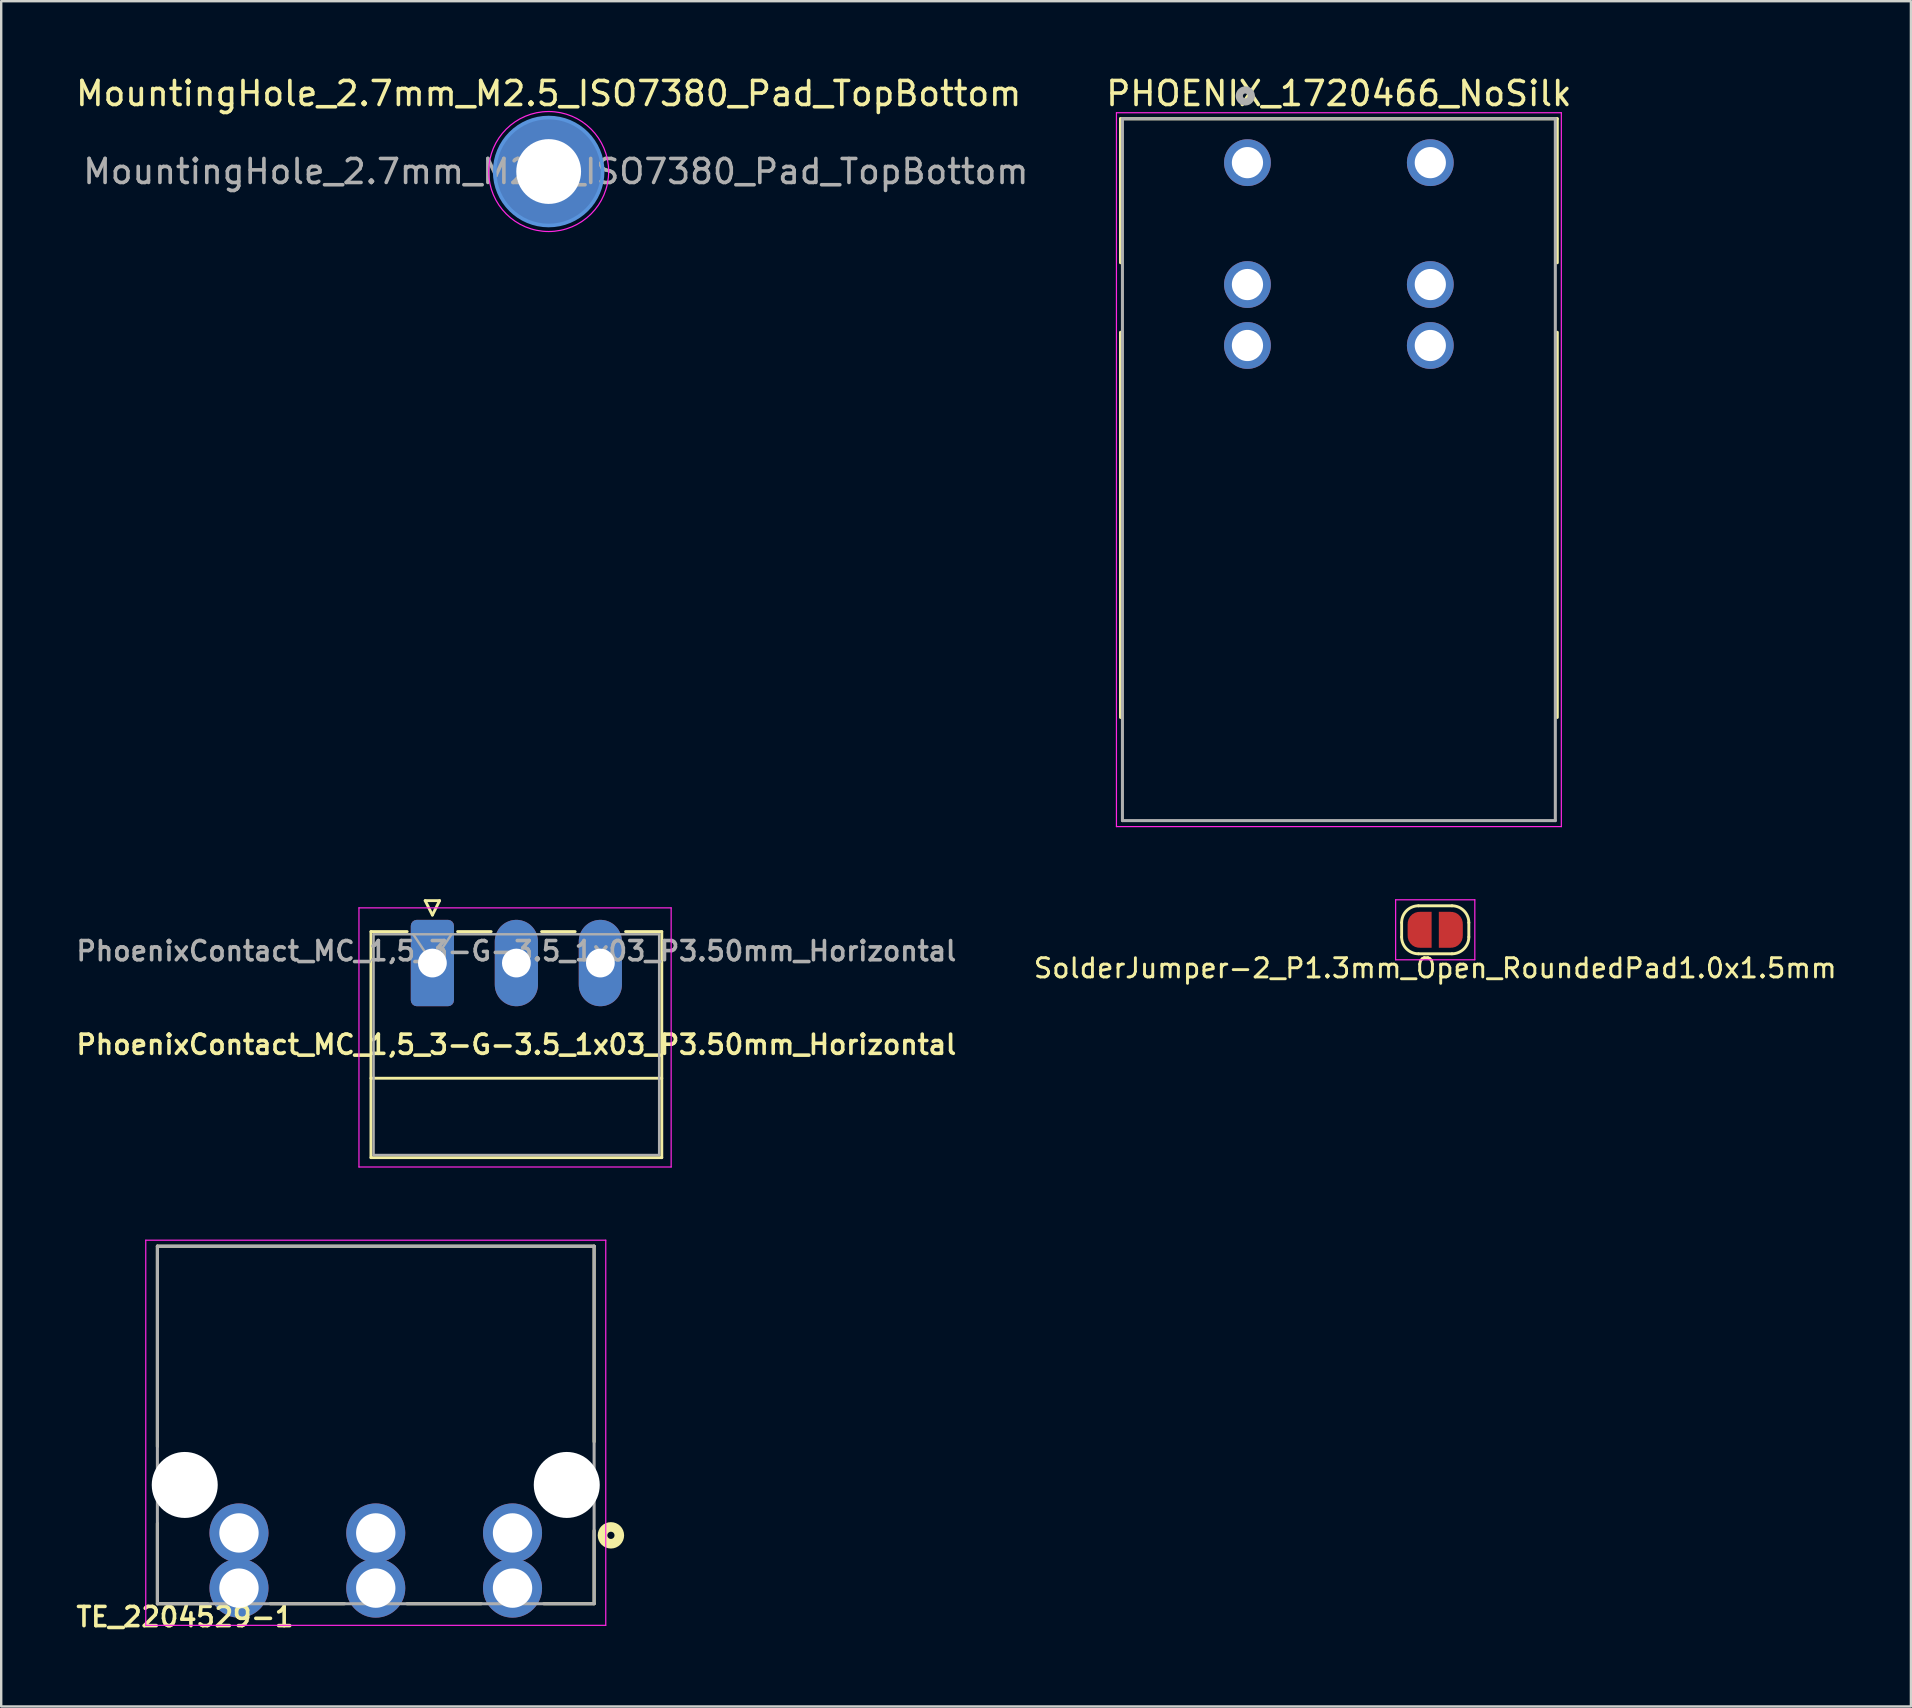
<source format=kicad_pcb>
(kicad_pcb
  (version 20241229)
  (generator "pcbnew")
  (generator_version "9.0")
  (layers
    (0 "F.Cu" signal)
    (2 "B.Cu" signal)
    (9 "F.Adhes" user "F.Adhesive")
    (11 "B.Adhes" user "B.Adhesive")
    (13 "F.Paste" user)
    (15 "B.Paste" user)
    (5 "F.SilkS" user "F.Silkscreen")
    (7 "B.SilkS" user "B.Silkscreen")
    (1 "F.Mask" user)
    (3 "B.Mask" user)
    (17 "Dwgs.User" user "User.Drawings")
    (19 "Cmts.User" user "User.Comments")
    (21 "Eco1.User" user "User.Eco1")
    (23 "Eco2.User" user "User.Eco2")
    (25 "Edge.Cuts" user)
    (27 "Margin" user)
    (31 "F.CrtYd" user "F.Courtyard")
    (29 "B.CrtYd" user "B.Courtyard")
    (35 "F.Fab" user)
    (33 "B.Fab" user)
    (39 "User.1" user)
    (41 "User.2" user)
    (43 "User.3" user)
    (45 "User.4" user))
  (footprint "PHOENIX_1720466_NoSilk"
    (layer "F.Cu")
    (at 52.746 11.348)
    (property "Reference" "PHOENIX_1720466_NoSilk" (at 0 -10.5 0) (layer "F.SilkS") (effects (font (size 1 1) (thickness 0.15))))
    (attr through_hole)
    (fp_line (start -9.1 -9.45) (end 9.1 -9.45) (stroke (width 0.127) (type solid)) (layer "F.SilkS"))
    (fp_line (start -9.1 -3.45) (end -9.1 -9.45) (stroke (width 0.127) (type solid)) (layer "F.SilkS"))
    (fp_line (start -9.1 15.5) (end -9.1 -0.55) (stroke (width 0.127) (type solid)) (layer "F.SilkS"))
    (fp_line (start 9.1 -3.45) (end 9.1 -9.45) (stroke (width 0.127) (type solid)) (layer "F.SilkS"))
    (fp_line (start 9.1 15.5) (end 9.1 -0.55) (stroke (width 0.127) (type solid)) (layer "F.SilkS"))
    (fp_line (start -9.27 -9.7) (end 9.27 -9.7) (stroke (width 0.05) (type solid)) (layer "F.CrtYd"))
    (fp_line (start -9.27 20.05) (end -9.27 -9.7) (stroke (width 0.05) (type solid)) (layer "F.CrtYd"))
    (fp_line (start 9.27 -9.7) (end 9.27 20.05) (stroke (width 0.05) (type solid)) (layer "F.CrtYd"))
    (fp_line (start 9.27 20.05) (end -9.27 20.05) (stroke (width 0.05) (type solid)) (layer "F.CrtYd"))
    (fp_line (start -9.02 -9.45) (end 9.02 -9.45) (stroke (width 0.127) (type solid)) (layer "F.Fab"))
    (fp_line (start -9.02 19.8) (end -9.02 -9.45) (stroke (width 0.127) (type solid)) (layer "F.Fab"))
    (fp_line (start 9.02 -9.45) (end 9.02 19.8) (stroke (width 0.127) (type solid)) (layer "F.Fab"))
    (fp_line (start 9.02 19.8) (end -9.02 19.8) (stroke (width 0.127) (type solid)) (layer "F.Fab"))
    (fp_circle (center -3.9 -10.4) (end -3.8 -10.4) (stroke (width 0.3) (type solid)) (fill no) (layer "F.Fab"))
    (pad "1" thru_hole circle (at -3.81 -7.62) (size 1.95 1.95) (drill 1.3) (layers "*.Cu" "*.Mask"))
    (pad "1" thru_hole circle (at -3.81 -2.54) (size 1.95 1.95) (drill 1.3) (layers "*.Cu" "*.Mask"))
    (pad "1" thru_hole circle (at -3.81 0) (size 1.95 1.95) (drill 1.3) (layers "*.Cu" "*.Mask"))
    (pad "2" thru_hole circle (at 3.81 -7.62) (size 1.95 1.95) (drill 1.3) (layers "*.Cu" "*.Mask"))
    (pad "2" thru_hole circle (at 3.81 -2.54) (size 1.95 1.95) (drill 1.3) (layers "*.Cu" "*.Mask"))
    (pad "2" thru_hole circle (at 3.81 0) (size 1.95 1.95) (drill 1.3) (layers "*.Cu" "*.Mask")))
  (footprint "MountingHole_2.7mm_M2.5_ISO7380_Pad_TopBottom"
    (layer "F.Cu")
    (at 19.815 4.098)
    (property "Reference" "MountingHole_2.7mm_M2.5_ISO7380_Pad_TopBottom" (at 0 -3.25 0) (layer "F.SilkS") (effects (font (size 1 1) (thickness 0.15))))
    (attr exclude_from_pos_files exclude_from_bom)
    (fp_circle (center 0 0) (end 2.25 0) (stroke (width 0.15) (type solid)) (fill no) (layer "Cmts.User"))
    (fp_circle (center 0 0) (end 2.5 0) (stroke (width 0.05) (type solid)) (fill no) (layer "F.CrtYd"))
    (fp_text user "${REFERENCE}" (at 0.3 0 0) (layer "F.Fab") (effects (font (size 1 1) (thickness 0.15))))
    (pad "1" thru_hole circle (at 0 0) (size 3.1 3.1) (drill 2.7) (layers "*.Cu" "*.Mask"))
    (pad "1" connect circle (at 0 0) (size 4.5 4.5) (layers "F.Cu" "F.Mask"))
    (pad "1" connect circle (at 0 0) (size 4.5 4.5) (layers "B.Cu" "B.Mask")))
  (footprint "SolderJumper-2_P1.3mm_Open_RoundedPad1.0x1.5mm"
    (layer "F.Cu")
    (at 56.761 35.698)
    (property "Reference" "SolderJumper-2_P1.3mm_Open_RoundedPad1.0x1.5mm" (at 0 1.6 180) (layer "F.SilkS") (effects (font (size 0.8 0.8) (thickness 0.12))))
    (attr exclude_from_pos_files exclude_from_bom)
    (fp_line (start -1.4 0.3) (end -1.4 -0.3) (stroke (width 0.12) (type solid)) (layer "F.SilkS"))
    (fp_line (start -0.7 -1) (end 0.7 -1) (stroke (width 0.12) (type solid)) (layer "F.SilkS"))
    (fp_line (start 0.7 1) (end -0.7 1) (stroke (width 0.12) (type solid)) (layer "F.SilkS"))
    (fp_line (start 1.4 -0.3) (end 1.4 0.3) (stroke (width 0.12) (type solid)) (layer "F.SilkS"))
    (fp_arc (start -1.4 -0.3) (mid -1.194975 -0.794975) (end -0.7 -1) (stroke (width 0.12) (type solid)) (layer "F.SilkS"))
    (fp_arc (start -0.7 1) (mid -1.194975 0.794975) (end -1.4 0.3) (stroke (width 0.12) (type solid)) (layer "F.SilkS"))
    (fp_arc (start 0.7 -1) (mid 1.194975 -0.794975) (end 1.4 -0.3) (stroke (width 0.12) (type solid)) (layer "F.SilkS"))
    (fp_arc (start 1.4 0.3) (mid 1.194975 0.794975) (end 0.7 1) (stroke (width 0.12) (type solid)) (layer "F.SilkS"))
    (fp_line (start -1.65 -1.25) (end -1.65 1.25) (stroke (width 0.05) (type solid)) (layer "F.CrtYd"))
    (fp_line (start -1.65 -1.25) (end 1.65 -1.25) (stroke (width 0.05) (type solid)) (layer "F.CrtYd"))
    (fp_line (start 1.65 1.25) (end -1.65 1.25) (stroke (width 0.05) (type solid)) (layer "F.CrtYd"))
    (fp_line (start 1.65 1.25) (end 1.65 -1.25) (stroke (width 0.05) (type solid)) (layer "F.CrtYd"))
    (pad "1" smd custom (at -0.65 0) (size 1 0.5) (layers "F.Cu" "F.Mask") (options (anchor rect)) (primitives (gr_circle (center 0 0.25) (end 0.5 0.25) (width 0) (fill yes)) (gr_circle (center 0 -0.25) (end 0.5 -0.25) (width 0) (fill yes)) (gr_poly (pts (xy 0 -0.75) (xy 0.5 -0.75) (xy 0.5 0.75) (xy 0 0.75)) (width 0) (fill yes))))
    (pad "2" smd custom (at 0.65 0) (size 1 0.5) (layers "F.Cu" "F.Mask") (options (anchor rect)) (primitives (gr_circle (center 0 0.25) (end 0.5 0.25) (width 0) (fill yes)) (gr_circle (center 0 -0.25) (end 0.5 -0.25) (width 0) (fill yes)) (gr_poly (pts (xy 0 -0.75) (xy -0.5 -0.75) (xy -0.5 0.75) (xy 0 0.75)) (width 0) (fill yes)))))
  (footprint "PhoenixContact_MC_1,5_3-G-3.5_1x03_P3.50mm_Horizontal"
    (layer "F.Cu")
    (at 14.969 37.083)
    (property "Reference" "PhoenixContact_MC_1,5_3-G-3.5_1x03_P3.50mm_Horizontal" (at 3.5 3.4 180) (layer "F.SilkS") (effects (font (size 0.8 0.8) (thickness 0.15))))
    (attr through_hole)
    (fp_line (start -2.56 -1.31) (end -2.56 8.11) (stroke (width 0.12) (type solid)) (layer "F.SilkS"))
    (fp_line (start -2.56 -1.31) (end -1.05 -1.31) (stroke (width 0.12) (type solid)) (layer "F.SilkS"))
    (fp_line (start -2.56 4.8) (end 9.56 4.8) (stroke (width 0.12) (type solid)) (layer "F.SilkS"))
    (fp_line (start -2.56 8.11) (end 9.56 8.11) (stroke (width 0.12) (type solid)) (layer "F.SilkS"))
    (fp_line (start -0.3 -2.6) (end 0.3 -2.6) (stroke (width 0.12) (type solid)) (layer "F.SilkS"))
    (fp_line (start 0 -2) (end -0.3 -2.6) (stroke (width 0.12) (type solid)) (layer "F.SilkS"))
    (fp_line (start 0.3 -2.6) (end 0 -2) (stroke (width 0.12) (type solid)) (layer "F.SilkS"))
    (fp_line (start 1.05 -1.31) (end 2.45 -1.31) (stroke (width 0.12) (type solid)) (layer "F.SilkS"))
    (fp_line (start 4.55 -1.31) (end 5.95 -1.31) (stroke (width 0.12) (type solid)) (layer "F.SilkS"))
    (fp_line (start 9.56 -1.31) (end 8.05 -1.31) (stroke (width 0.12) (type solid)) (layer "F.SilkS"))
    (fp_line (start 9.56 8.11) (end 9.56 -1.31) (stroke (width 0.12) (type solid)) (layer "F.SilkS"))
    (fp_line (start -3.06 -2.3) (end -3.06 8.5) (stroke (width 0.05) (type solid)) (layer "F.CrtYd"))
    (fp_line (start -3.06 8.5) (end 9.95 8.5) (stroke (width 0.05) (type solid)) (layer "F.CrtYd"))
    (fp_line (start 9.95 -2.3) (end -3.06 -2.3) (stroke (width 0.05) (type solid)) (layer "F.CrtYd"))
    (fp_line (start 9.95 8.5) (end 9.95 -2.3) (stroke (width 0.05) (type solid)) (layer "F.CrtYd"))
    (fp_line (start -2.45 -1.2) (end -2.45 8) (stroke (width 0.1) (type solid)) (layer "F.Fab"))
    (fp_line (start -2.45 8) (end 9.45 8) (stroke (width 0.1) (type solid)) (layer "F.Fab"))
    (fp_line (start 0 0) (end -0.8 -1.2) (stroke (width 0.1) (type solid)) (layer "F.Fab"))
    (fp_line (start 0.8 -1.2) (end 0 0) (stroke (width 0.1) (type solid)) (layer "F.Fab"))
    (fp_line (start 9.45 -1.2) (end -2.45 -1.2) (stroke (width 0.1) (type solid)) (layer "F.Fab"))
    (fp_line (start 9.45 8) (end 9.45 -1.2) (stroke (width 0.1) (type solid)) (layer "F.Fab"))
    (fp_text user "${REFERENCE}" (at 3.5 -0.5 0) (layer "F.Fab") (effects (font (size 0.8 0.8) (thickness 0.15))))
    (pad "1" thru_hole roundrect (at 0 0) (size 1.8 3.6) (drill 1.2) (layers "*.Cu" "*.Mask") (roundrect_rratio 0.139))
    (pad "2" thru_hole oval (at 3.5 0) (size 1.8 3.6) (drill 1.2) (layers "*.Cu" "*.Mask"))
    (pad "3" thru_hole oval (at 7 0) (size 1.8 3.6) (drill 1.2) (layers "*.Cu" "*.Mask")))
  (footprint "TE_2204529-1"
    (layer "F.Cu")
    (at 12.609 58.833)
    (property "Reference" "TE_2204529-1" (at -7.95 5.5 0) (layer "F.SilkS") (effects (font (size 0.8 0.8) (thickness 0.15))))
    (attr through_hole)
    (fp_line (start -9.1 -9.95) (end 9.1 -9.95) (stroke (width 0.127) (type solid)) (layer "F.SilkS"))
    (fp_line (start -9.1 -1.6) (end -9.1 -9.95) (stroke (width 0.127) (type solid)) (layer "F.SilkS"))
    (fp_line (start -9.1 4.95) (end -9.1 1.6) (stroke (width 0.127) (type solid)) (layer "F.SilkS"))
    (fp_line (start -7 4.95) (end -9.1 4.95) (stroke (width 0.127) (type solid)) (layer "F.SilkS"))
    (fp_line (start -1.3 4.95) (end -4.4 4.95) (stroke (width 0.127) (type solid)) (layer "F.SilkS"))
    (fp_line (start 4.4 4.95) (end 1.3 4.95) (stroke (width 0.127) (type solid)) (layer "F.SilkS"))
    (fp_line (start 9.1 -9.95) (end 9.1 -1.8) (stroke (width 0.127) (type solid)) (layer "F.SilkS"))
    (fp_line (start 9.1 1.9) (end 9.1 4.95) (stroke (width 0.127) (type solid)) (layer "F.SilkS"))
    (fp_line (start 9.1 4.95) (end 7 4.95) (stroke (width 0.127) (type solid)) (layer "F.SilkS"))
    (fp_circle (center 9.8 2.1) (end 9.95 2.1) (stroke (width 0.4) (type solid)) (fill no) (layer "F.SilkS"))
    (fp_line (start -9.585 -10.2) (end 9.585 -10.2) (stroke (width 0.05) (type solid)) (layer "F.CrtYd"))
    (fp_line (start -9.585 5.85) (end -9.585 -10.2) (stroke (width 0.05) (type solid)) (layer "F.CrtYd"))
    (fp_line (start 9.585 -10.2) (end 9.585 5.85) (stroke (width 0.05) (type solid)) (layer "F.CrtYd"))
    (fp_line (start 9.585 5.85) (end -9.585 5.85) (stroke (width 0.05) (type solid)) (layer "F.CrtYd"))
    (fp_line (start -9.1 -9.95) (end 9.1 -9.95) (stroke (width 0.127) (type solid)) (layer "F.Fab"))
    (fp_line (start -9.1 4.95) (end -9.1 -9.95) (stroke (width 0.127) (type solid)) (layer "F.Fab"))
    (fp_line (start 9.1 -9.95) (end 9.1 4.95) (stroke (width 0.127) (type solid)) (layer "F.Fab"))
    (fp_line (start 9.1 4.95) (end -9.1 4.95) (stroke (width 0.127) (type solid)) (layer "F.Fab"))
    (pad "" np_thru_hole circle (at -7.96 0 180) (size 2.75 2.75) (drill 2.75) (layers "*.Cu" "*.Mask"))
    (pad "" np_thru_hole circle (at 7.96 0 180) (size 2.75 2.75) (drill 2.75) (layers "*.Cu" "*.Mask"))
    (pad "1" thru_hole circle (at 5.7 2 180) (size 2.46 2.46) (drill 1.64) (layers "*.Cu" "*.Mask"))
    (pad "1" thru_hole circle (at 5.7 4.3 180) (size 2.46 2.46) (drill 1.64) (layers "*.Cu" "*.Mask"))
    (pad "2" thru_hole circle (at 0 2 180) (size 2.46 2.46) (drill 1.64) (layers "*.Cu" "*.Mask"))
    (pad "2" thru_hole circle (at 0 4.3 180) (size 2.46 2.46) (drill 1.64) (layers "*.Cu" "*.Mask"))
    (pad "3" thru_hole circle (at -5.7 2 180) (size 2.46 2.46) (drill 1.64) (layers "*.Cu" "*.Mask"))
    (pad "3" thru_hole circle (at -5.7 4.3 180) (size 2.46 2.46) (drill 1.64) (layers "*.Cu" "*.Mask")))
  (gr_rect
    (start -3 -3)
    (end 76.585 68.064)
    (stroke (width 0.1) (type default))
    (fill no)
    (layer "Edge.Cuts")))
</source>
